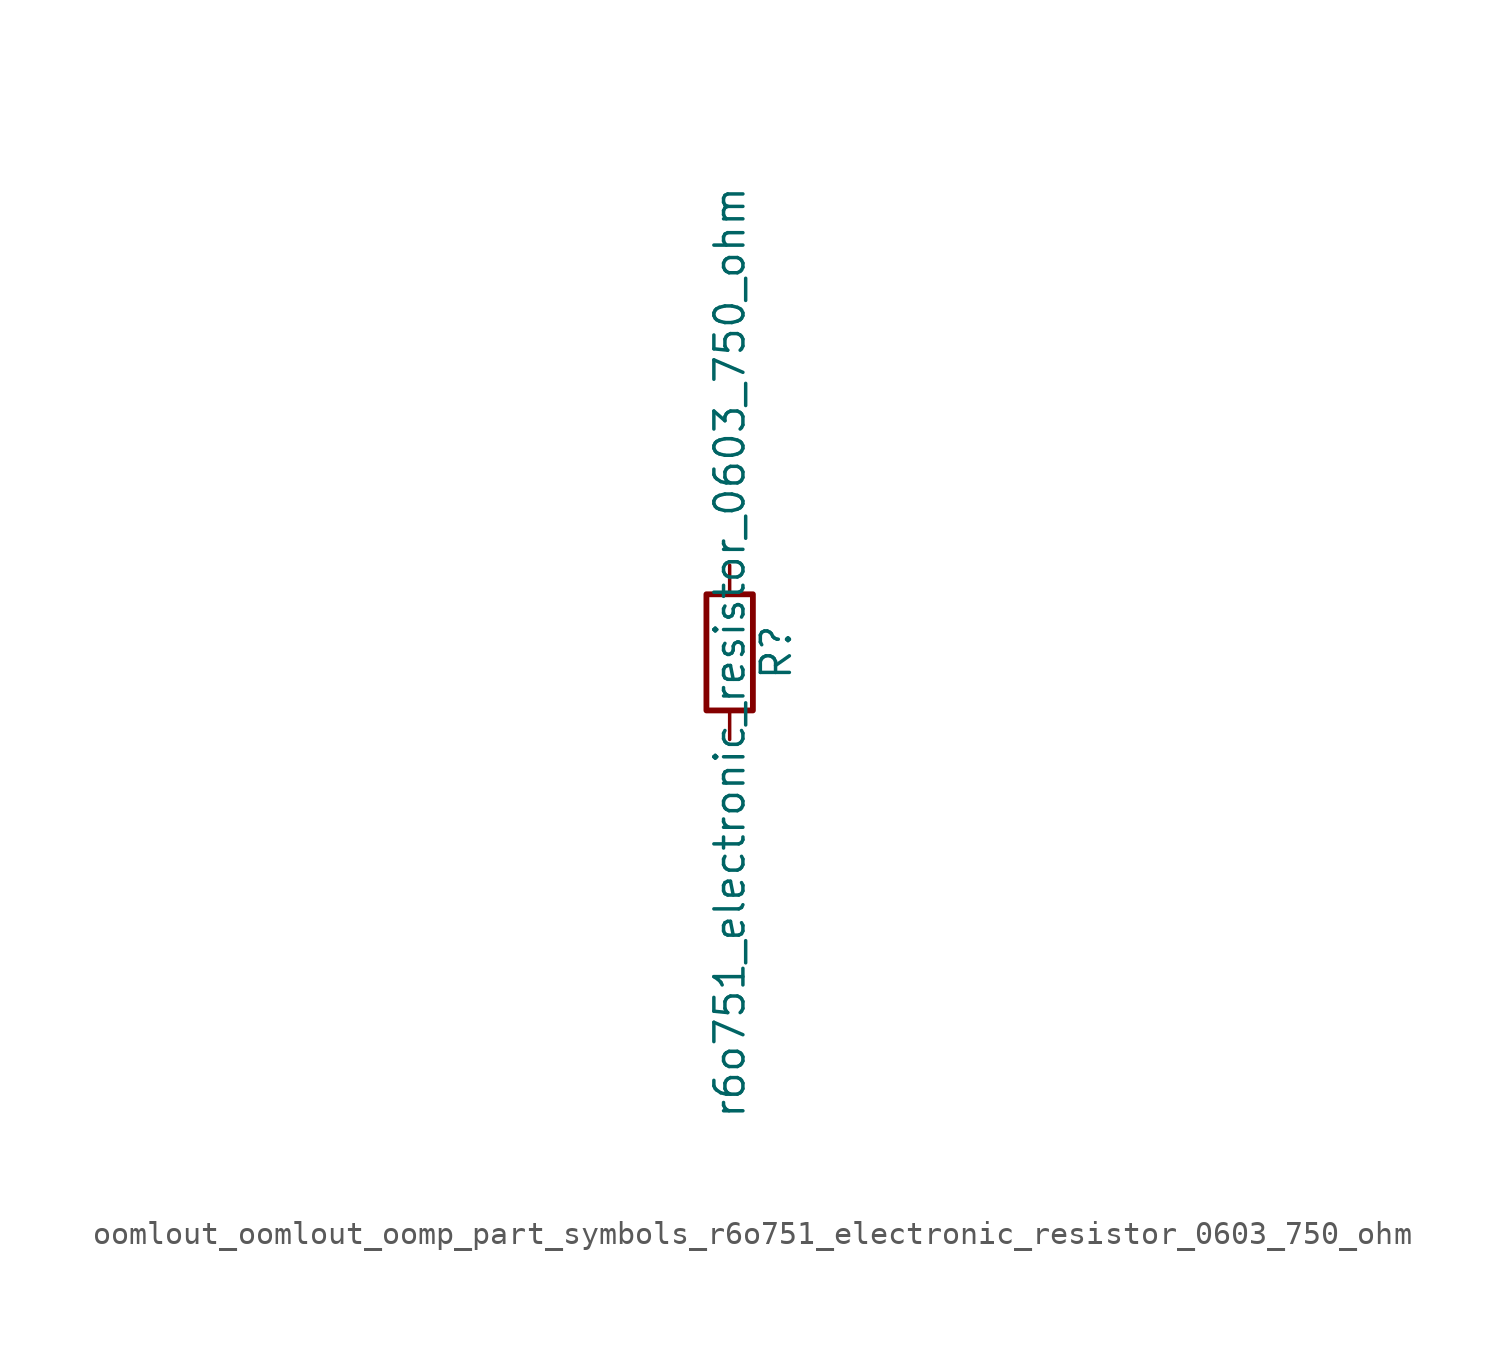
<source format=kicad_sym>
(kicad_symbol_lib
  (version 20220914)
  (generator kicad_symbol_editor)
  (symbol "oomlout_oomlout_oomp_part_symbols_r6o751_electronic_resistor_0603_750_ohm"
    (pin_numbers hide)
    (pin_names
      (offset 0))
    (property "Reference" "R"
      (at 2.032 0 90)
      (effects (font (size 1.27 1.27))))
    (property "Value" "r6o751_electronic_resistor_0603_750_ohm"
      (at 0 0 90)
      (effects (font (size 1.27 1.27))))
    (symbol "oomlout_oomlout_oomp_part_symbols_r6o751_electronic_resistor_0603_750_ohm_0_1"
      (rectangle (start -1.016 -2.54) (end 1.016 2.54) (stroke (width 0.254) (type default)) (fill (type none))))
    (symbol "oomlout_oomlout_oomp_part_symbols_r6o751_electronic_resistor_0603_750_ohm_1_1"
      (pin passive line (at 0 3.81 270) (length 1.27) (name "~" (effects (font (size 1.27 1.27)))) (number "1" (effects (font (size 1.27 1.27)))))
      (pin passive line (at 0 -3.81 90) (length 1.27) (name "~" (effects (font (size 1.27 1.27)))) (number "2" (effects (font (size 1.27 1.27))))))))
</source>
